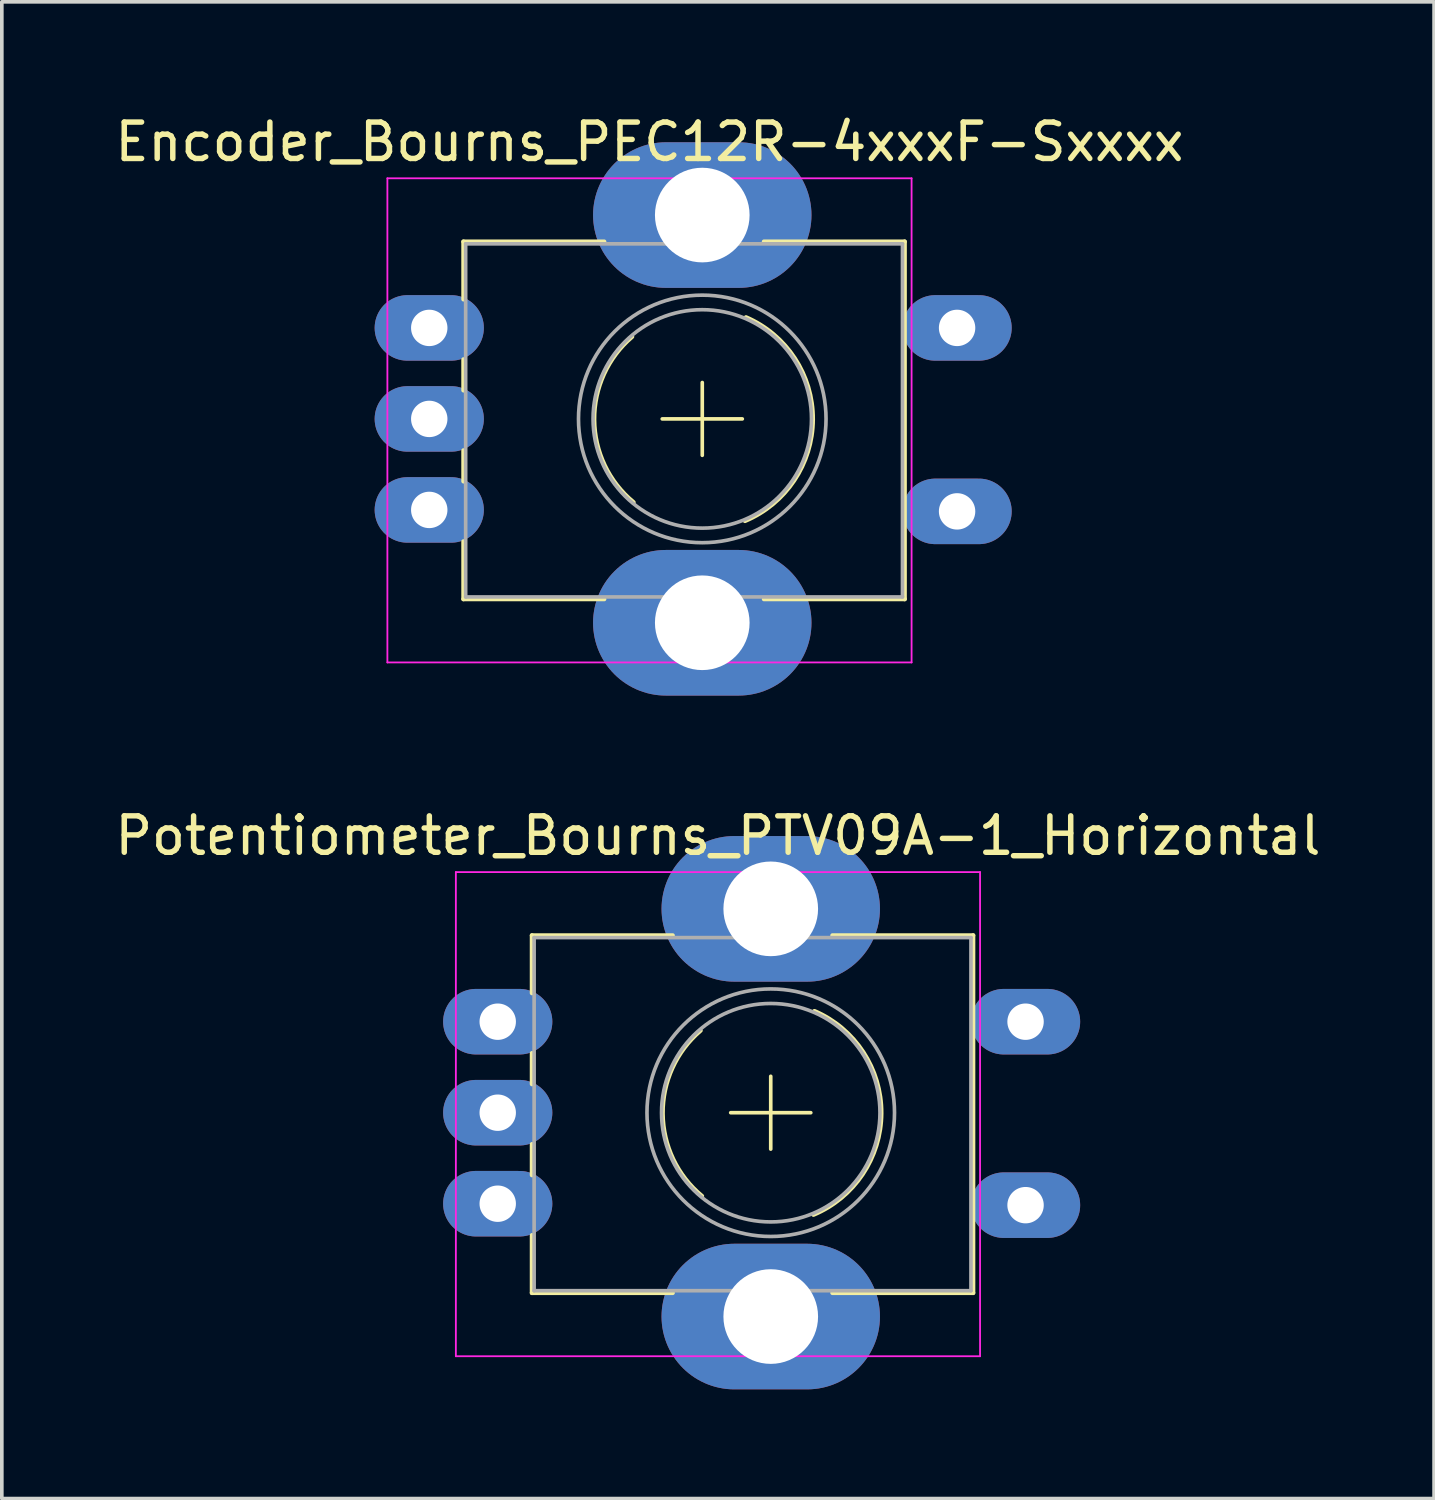
<source format=kicad_pcb>
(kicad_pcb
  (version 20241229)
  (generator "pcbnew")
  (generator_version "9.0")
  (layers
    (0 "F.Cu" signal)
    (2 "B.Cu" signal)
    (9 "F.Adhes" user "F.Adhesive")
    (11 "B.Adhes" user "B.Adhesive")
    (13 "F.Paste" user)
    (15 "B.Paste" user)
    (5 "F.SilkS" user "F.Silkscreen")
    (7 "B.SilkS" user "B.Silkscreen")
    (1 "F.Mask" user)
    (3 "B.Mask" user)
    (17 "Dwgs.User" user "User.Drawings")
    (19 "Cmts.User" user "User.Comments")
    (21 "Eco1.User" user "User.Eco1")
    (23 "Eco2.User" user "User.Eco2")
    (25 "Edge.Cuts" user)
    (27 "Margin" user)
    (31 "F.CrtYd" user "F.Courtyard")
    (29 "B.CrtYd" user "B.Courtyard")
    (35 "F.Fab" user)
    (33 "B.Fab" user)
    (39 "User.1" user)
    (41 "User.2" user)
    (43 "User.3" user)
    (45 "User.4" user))
  (footprint "Encoder_Bourns_PEC12R-4xxxF-Sxxxx"
    (layer "F.Cu")
    (at 8.742 8.458)
    (property "Reference" "Encoder_Bourns_PEC12R-4xxxF-Sxxxx" (at 6.05 -7.61 0) (layer "F.SilkS") (effects (font (size 1 1) (thickness 0.15))))
    (attr through_hole)
    (fp_line (start 0.94 -4.87) (end 0.94 -3.285) (stroke (width 0.12) (type solid)) (layer "F.SilkS"))
    (fp_line (start 0.94 -4.87) (end 4.806 -4.87) (stroke (width 0.12) (type solid)) (layer "F.SilkS"))
    (fp_line (start 0.94 -1.635) (end 0.94 -0.785) (stroke (width 0.12) (type solid)) (layer "F.SilkS"))
    (fp_line (start 0.94 0.865) (end 0.94 1.715) (stroke (width 0.12) (type solid)) (layer "F.SilkS"))
    (fp_line (start 0.94 3.365) (end 0.94 4.95) (stroke (width 0.12) (type solid)) (layer "F.SilkS"))
    (fp_line (start 0.94 4.95) (end 4.806 4.95) (stroke (width 0.12) (type solid)) (layer "F.SilkS"))
    (fp_line (start 6.4 0) (end 8.6 0) (stroke (width 0.1) (type solid)) (layer "F.SilkS"))
    (fp_line (start 7.5 -1) (end 7.5 1) (stroke (width 0.1) (type solid)) (layer "F.SilkS"))
    (fp_line (start 9.195 -4.87) (end 13.06 -4.87) (stroke (width 0.12) (type solid)) (layer "F.SilkS"))
    (fp_line (start 9.195 4.95) (end 13.06 4.95) (stroke (width 0.12) (type solid)) (layer "F.SilkS"))
    (fp_line (start 13.06 -4.87) (end 13.06 4.95) (stroke (width 0.12) (type solid)) (layer "F.SilkS"))
    (fp_arc (start 5.611098 2.290807) (mid 4.530977 0.025519) (end 5.572 -2.258) (stroke (width 0.12) (type solid)) (layer "F.SilkS"))
    (fp_arc (start 8.700756 -2.790218) (mid 10.537582 0.015077) (end 8.673 2.802) (stroke (width 0.12) (type solid)) (layer "F.SilkS"))
    (fp_line (start -1.15 -6.61) (end -1.15 6.69) (stroke (width 0.05) (type solid)) (layer "F.CrtYd"))
    (fp_line (start -1.15 6.69) (end 13.25 6.69) (stroke (width 0.05) (type solid)) (layer "F.CrtYd"))
    (fp_line (start 13.25 -6.61) (end -1.15 -6.61) (stroke (width 0.05) (type solid)) (layer "F.CrtYd"))
    (fp_line (start 13.25 6.69) (end 13.25 -6.61) (stroke (width 0.05) (type solid)) (layer "F.CrtYd"))
    (fp_line (start 1 -4.81) (end 1 4.89) (stroke (width 0.1) (type solid)) (layer "F.Fab"))
    (fp_line (start 1 4.89) (end 13 4.89) (stroke (width 0.1) (type solid)) (layer "F.Fab"))
    (fp_line (start 13 -4.81) (end 1 -4.81) (stroke (width 0.1) (type solid)) (layer "F.Fab"))
    (fp_line (start 13 4.89) (end 13 -4.81) (stroke (width 0.1) (type solid)) (layer "F.Fab"))
    (fp_circle (center 7.5 0) (end 10.5 0.04) (stroke (width 0.1) (type solid)) (fill no) (layer "F.Fab"))
    (fp_circle (center 7.5 0) (end 10.9 0.04) (stroke (width 0.1) (type solid)) (fill no) (layer "F.Fab"))
    (pad "" np_thru_hole oval (at 7.5 -5.6) (size 6 4) (drill 2.6) (layers "*.Cu" "*.Mask"))
    (pad "" np_thru_hole oval (at 7.5 5.6) (size 6 4) (drill 2.6) (layers "*.Cu" "*.Mask"))
    (pad "1" thru_hole oval (at 0 2.5) (size 3 1.8) (drill 1) (layers "*.Cu" "*.Mask"))
    (pad "2" thru_hole oval (at 0 0) (size 3 1.8) (drill 1) (layers "*.Cu" "*.Mask"))
    (pad "3" thru_hole oval (at 0 -2.5) (size 3 1.8) (drill 1) (layers "*.Cu" "*.Mask"))
    (pad "4" thru_hole oval (at 14.5 -2.5) (size 3 1.8) (drill 1) (layers "*.Cu" "*.Mask"))
    (pad "5" thru_hole oval (at 14.5 2.54) (size 3 1.8) (drill 1) (layers "*.Cu" "*.Mask")))
  (footprint "Potentiometer_Bourns_PTV09A-1_Horizontal"
    (layer "F.Cu")
    (at 10.623 27.517)
    (property "Reference" "Potentiometer_Bourns_PTV09A-1_Horizontal" (at 6.05 -7.61 0) (layer "F.SilkS") (effects (font (size 1 1) (thickness 0.15))))
    (attr through_hole)
    (fp_line (start 0.94 -4.87) (end 0.94 -3.285) (stroke (width 0.12) (type solid)) (layer "F.SilkS"))
    (fp_line (start 0.94 -4.87) (end 4.806 -4.87) (stroke (width 0.12) (type solid)) (layer "F.SilkS"))
    (fp_line (start 0.94 -1.635) (end 0.94 -0.785) (stroke (width 0.12) (type solid)) (layer "F.SilkS"))
    (fp_line (start 0.94 0.865) (end 0.94 1.715) (stroke (width 0.12) (type solid)) (layer "F.SilkS"))
    (fp_line (start 0.94 3.365) (end 0.94 4.95) (stroke (width 0.12) (type solid)) (layer "F.SilkS"))
    (fp_line (start 0.94 4.95) (end 4.806 4.95) (stroke (width 0.12) (type solid)) (layer "F.SilkS"))
    (fp_line (start 6.4 0) (end 8.6 0) (stroke (width 0.1) (type solid)) (layer "F.SilkS"))
    (fp_line (start 7.5 -1) (end 7.5 1) (stroke (width 0.1) (type solid)) (layer "F.SilkS"))
    (fp_line (start 9.195 -4.87) (end 13.06 -4.87) (stroke (width 0.12) (type solid)) (layer "F.SilkS"))
    (fp_line (start 9.195 4.95) (end 13.06 4.95) (stroke (width 0.12) (type solid)) (layer "F.SilkS"))
    (fp_line (start 13.06 -4.87) (end 13.06 4.95) (stroke (width 0.12) (type solid)) (layer "F.SilkS"))
    (fp_arc (start 5.611098 2.290807) (mid 4.530977 0.025519) (end 5.572 -2.258) (stroke (width 0.12) (type solid)) (layer "F.SilkS"))
    (fp_arc (start 8.700756 -2.790218) (mid 10.537582 0.015077) (end 8.673 2.802) (stroke (width 0.12) (type solid)) (layer "F.SilkS"))
    (fp_line (start -1.15 -6.61) (end -1.15 6.69) (stroke (width 0.05) (type solid)) (layer "F.CrtYd"))
    (fp_line (start -1.15 6.69) (end 13.25 6.69) (stroke (width 0.05) (type solid)) (layer "F.CrtYd"))
    (fp_line (start 13.25 -6.61) (end -1.15 -6.61) (stroke (width 0.05) (type solid)) (layer "F.CrtYd"))
    (fp_line (start 13.25 6.69) (end 13.25 -6.61) (stroke (width 0.05) (type solid)) (layer "F.CrtYd"))
    (fp_line (start 1 -4.81) (end 1 4.89) (stroke (width 0.1) (type solid)) (layer "F.Fab"))
    (fp_line (start 1 4.89) (end 13 4.89) (stroke (width 0.1) (type solid)) (layer "F.Fab"))
    (fp_line (start 13 -4.81) (end 1 -4.81) (stroke (width 0.1) (type solid)) (layer "F.Fab"))
    (fp_line (start 13 4.89) (end 13 -4.81) (stroke (width 0.1) (type solid)) (layer "F.Fab"))
    (fp_circle (center 7.5 0) (end 10.5 0.04) (stroke (width 0.1) (type solid)) (fill no) (layer "F.Fab"))
    (fp_circle (center 7.5 0) (end 10.9 0.04) (stroke (width 0.1) (type solid)) (fill no) (layer "F.Fab"))
    (pad "" np_thru_hole oval (at 7.5 -5.6) (size 6 4) (drill 2.6) (layers "*.Cu" "*.Mask"))
    (pad "" np_thru_hole oval (at 7.5 5.6) (size 6 4) (drill 2.6) (layers "*.Cu" "*.Mask"))
    (pad "1" thru_hole oval (at 0 2.5) (size 3 1.8) (drill 1) (layers "*.Cu" "*.Mask"))
    (pad "2" thru_hole oval (at 0 0) (size 3 1.8) (drill 1) (layers "*.Cu" "*.Mask"))
    (pad "3" thru_hole oval (at 0 -2.5) (size 3 1.8) (drill 1) (layers "*.Cu" "*.Mask"))
    (pad "4" thru_hole oval (at 14.5 -2.5) (size 3 1.8) (drill 1) (layers "*.Cu" "*.Mask"))
    (pad "5" thru_hole oval (at 14.5 2.54) (size 3 1.8) (drill 1) (layers "*.Cu" "*.Mask")))
  (gr_rect
    (start -3 -3)
    (end 36.345 38.117)
    (stroke (width 0.1) (type default))
    (fill no)
    (layer "Edge.Cuts")))
</source>
